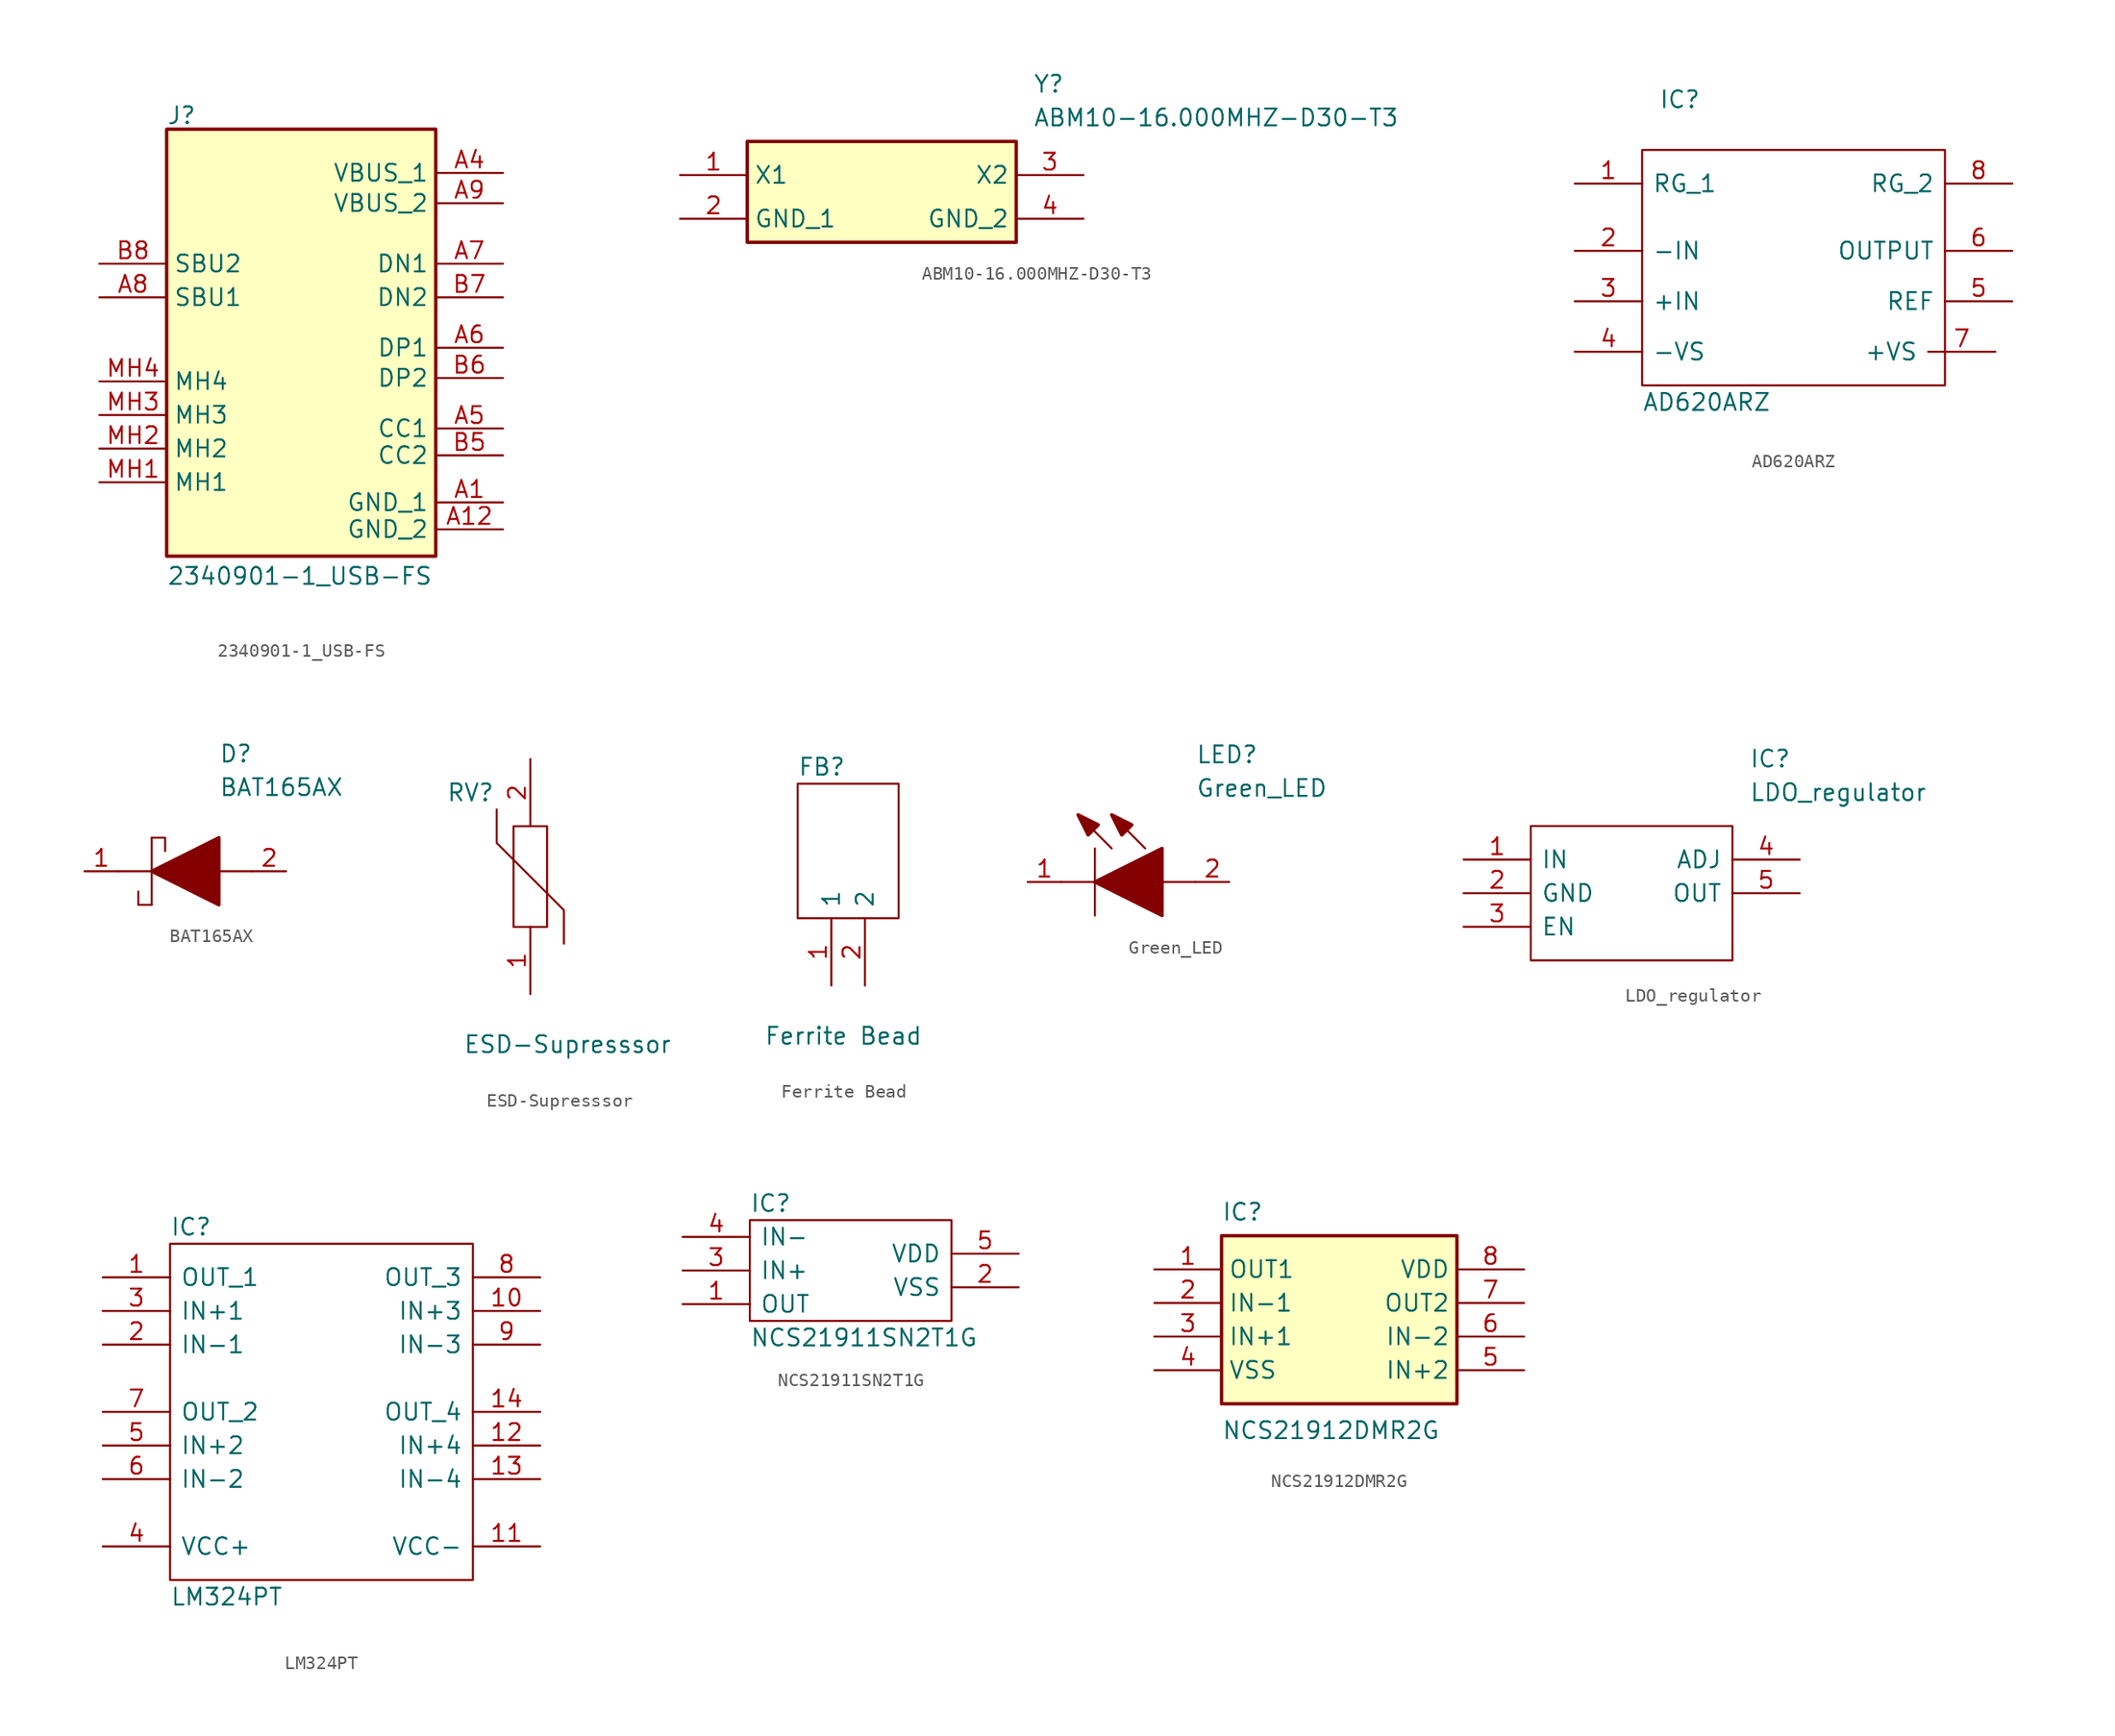
<source format=kicad_sym>
(kicad_symbol_lib
  (version 20220914)
  (generator kicad_symbol_editor)
  (symbol "2340901-1_USB-FS"
    (property "Reference" "J"
      (at 5.08 13.716 0)
      (effects (font (size 1.27 1.27)) (justify left top)))
    (property "Value" "2340901-1_USB-FS"
      (at 5.08 -21.082 0)
      (effects (font (size 1.27 1.27)) (justify left top)))
    (symbol "2340901-1_USB-FS_1_1"
      (rectangle (start 5.08 11.938) (end 25.4 -20.32) (stroke (width 0.254) (type default)) (fill (type background)))
      (pin passive line (at 30.48 -16.256 180) (length 5.08) (name "GND_1" (effects (font (size 1.27 1.27)))) (number "A1" (effects (font (size 1.27 1.27)))))
      (pin passive line (at 30.48 -18.288 180) (length 5.08) (name "GND_2" (effects (font (size 1.27 1.27)))) (number "A12" (effects (font (size 1.27 1.27)))))
      (pin passive line (at 30.48 8.636 180) (length 5.08) (name "VBUS_1" (effects (font (size 1.27 1.27)))) (number "A4" (effects (font (size 1.27 1.27)))))
      (pin passive line (at 30.48 -10.668 180) (length 5.08) (name "CC1" (effects (font (size 1.27 1.27)))) (number "A5" (effects (font (size 1.27 1.27)))))
      (pin passive line (at 30.48 -4.572 180) (length 5.08) (name "DP1" (effects (font (size 1.27 1.27)))) (number "A6" (effects (font (size 1.27 1.27)))))
      (pin passive line (at 30.48 1.778 180) (length 5.08) (name "DN1" (effects (font (size 1.27 1.27)))) (number "A7" (effects (font (size 1.27 1.27)))))
      (pin passive line (at 0 -0.762 0) (length 5.08) (name "SBU1" (effects (font (size 1.27 1.27)))) (number "A8" (effects (font (size 1.27 1.27)))))
      (pin passive line (at 30.48 6.35 180) (length 5.08) (name "VBUS_2" (effects (font (size 1.27 1.27)))) (number "A9" (effects (font (size 1.27 1.27)))))
      (pin passive line (at 30.48 -12.7 180) (length 5.08) (name "CC2" (effects (font (size 1.27 1.27)))) (number "B5" (effects (font (size 1.27 1.27)))))
      (pin passive line (at 30.48 -6.858 180) (length 5.08) (name "DP2" (effects (font (size 1.27 1.27)))) (number "B6" (effects (font (size 1.27 1.27)))))
      (pin passive line (at 30.48 -0.762 180) (length 5.08) (name "DN2" (effects (font (size 1.27 1.27)))) (number "B7" (effects (font (size 1.27 1.27)))))
      (pin passive line (at 0 1.778 0) (length 5.08) (name "SBU2" (effects (font (size 1.27 1.27)))) (number "B8" (effects (font (size 1.27 1.27)))))
      (pin passive line (at 0 -14.732 0) (length 5.08) (name "MH1" (effects (font (size 1.27 1.27)))) (number "MH1" (effects (font (size 1.27 1.27)))))
      (pin passive line (at 0 -12.192 0) (length 5.08) (name "MH2" (effects (font (size 1.27 1.27)))) (number "MH2" (effects (font (size 1.27 1.27)))))
      (pin passive line (at 0 -9.652 0) (length 5.08) (name "MH3" (effects (font (size 1.27 1.27)))) (number "MH3" (effects (font (size 1.27 1.27)))))
      (pin passive line (at 0 -7.112 0) (length 5.08) (name "MH4" (effects (font (size 1.27 1.27)))) (number "MH4" (effects (font (size 1.27 1.27)))))))
  (symbol "ABM10-16.000MHZ-D30-T3"
    (property "Reference" "Y"
      (at 26.67 7.62 0)
      (effects (font (size 1.27 1.27)) (justify left top)))
    (property "Value" "ABM10-16.000MHZ-D30-T3"
      (at 26.67 5.08 0)
      (effects (font (size 1.27 1.27)) (justify left top)))
    (symbol "ABM10-16.000MHZ-D30-T3_1_1"
      (rectangle (start 5.08 2.54) (end 25.4 -5.08) (stroke (width 0.254) (type default)) (fill (type background)))
      (pin passive line (at 0 0 0) (length 5.08) (name "X1" (effects (font (size 1.27 1.27)))) (number "1" (effects (font (size 1.27 1.27)))))
      (pin passive line (at 0 -3.302 0) (length 5.08) (name "GND_1" (effects (font (size 1.27 1.27)))) (number "2" (effects (font (size 1.27 1.27)))))
      (pin passive line (at 30.48 0 180) (length 5.08) (name "X2" (effects (font (size 1.27 1.27)))) (number "3" (effects (font (size 1.27 1.27)))))
      (pin passive line (at 30.48 -3.302 180) (length 5.08) (name "GND_2" (effects (font (size 1.27 1.27)))) (number "4" (effects (font (size 1.27 1.27)))))))
  (symbol "AD620ARZ"
    (pin_names
      (offset 0.762))
    (property "Reference" "IC"
      (at 6.35 11.43 0)
      (effects (font (size 1.27 1.27)) (justify left)))
    (property "Value" "AD620ARZ"
      (at 5.08 -11.43 0)
      (effects (font (size 1.27 1.27)) (justify left)))
    (symbol "AD620ARZ_0_0"
      (pin passive line (at 0 5.08 0) (length 5.08) (name "RG_1" (effects (font (size 1.27 1.27)))) (number "1" (effects (font (size 1.27 1.27)))))
      (pin passive line (at 0 0 0) (length 5.08) (name "-IN" (effects (font (size 1.27 1.27)))) (number "2" (effects (font (size 1.27 1.27)))))
      (pin passive line (at 0 -3.81 0) (length 5.08) (name "+IN" (effects (font (size 1.27 1.27)))) (number "3" (effects (font (size 1.27 1.27)))))
      (pin passive line (at 0 -7.62 0) (length 5.08) (name "-VS" (effects (font (size 1.27 1.27)))) (number "4" (effects (font (size 1.27 1.27)))))
      (pin passive line (at 33.02 -3.81 180) (length 5.08) (name "REF" (effects (font (size 1.27 1.27)))) (number "5" (effects (font (size 1.27 1.27)))))
      (pin passive line (at 33.02 0 180) (length 5.08) (name "OUTPUT" (effects (font (size 1.27 1.27)))) (number "6" (effects (font (size 1.27 1.27)))))
      (pin passive line (at 31.75 -7.62 180) (length 5.08) (name "+VS" (effects (font (size 1.27 1.27)))) (number "7" (effects (font (size 1.27 1.27)))))
      (pin passive line (at 33.02 5.08 180) (length 5.08) (name "RG_2" (effects (font (size 1.27 1.27)))) (number "8" (effects (font (size 1.27 1.27))))))
    (symbol "AD620ARZ_0_1"
      (polyline (pts (xy 5.08 7.62) (xy 27.94 7.62) (xy 27.94 -10.16) (xy 5.08 -10.16) (xy 5.08 7.62)) (stroke (width 0.152) (type solid)) (fill (type none)))))
  (symbol "BAT165AX"
    (pin_names
      (offset 0.762))
    (property "Reference" "D"
      (at 12.7 8.89 0)
      (effects (font (size 1.27 1.27)) (justify left)))
    (property "Value" "BAT165AX"
      (at 12.7 6.35 0)
      (effects (font (size 1.27 1.27)) (justify left)))
    (symbol "BAT165AX_0_0"
      (pin passive line (at 2.54 0 0) (length 2.54) (name "~" (effects (font (size 1.27 1.27)))) (number "1" (effects (font (size 1.27 1.27)))))
      (pin passive line (at 17.78 0 180) (length 2.54) (name "~" (effects (font (size 1.27 1.27)))) (number "2" (effects (font (size 1.27 1.27))))))
    (symbol "BAT165AX_0_1"
      (polyline (pts (xy 5.08 0) (xy 7.62 0)) (stroke (width 0.152) (type solid)) (fill (type none)))
      (polyline (pts (xy 7.62 2.54) (xy 7.62 -2.54)) (stroke (width 0.152) (type solid)) (fill (type none)))
      (polyline (pts (xy 12.7 0) (xy 15.24 0)) (stroke (width 0.152) (type solid)) (fill (type none)))
      (polyline (pts (xy 7.62 -2.54) (xy 6.604 -2.54) (xy 6.604 -1.524)) (stroke (width 0.152) (type solid)) (fill (type none)))
      (polyline (pts (xy 7.62 2.54) (xy 8.636 2.54) (xy 8.636 1.524)) (stroke (width 0.152) (type solid)) (fill (type none)))
      (polyline (pts (xy 7.62 0) (xy 12.7 2.54) (xy 12.7 -2.54) (xy 7.62 0)) (stroke (width 0.254) (type solid)) (fill (type outline)))))
  (symbol "ESD-Supresssor"
    (pin_names
      (offset 0.762))
    (property "Reference" "RV"
      (at -6.35 6.35 0)
      (effects (font (size 1.27 1.27)) (justify left)))
    (property "Value" "ESD-Supresssor"
      (at -5.08 -12.7 0)
      (effects (font (size 1.27 1.27)) (justify left)))
    (symbol "ESD-Supresssor_0_0"
      (pin passive line (at 0 -8.89 90) (length 5.08) (name "~" (effects (font (size 1.27 1.27)))) (number "1" (effects (font (size 1.27 1.27)))))
      (pin passive line (at 0 8.89 270) (length 5.08) (name "~" (effects (font (size 1.27 1.27)))) (number "2" (effects (font (size 1.27 1.27))))))
    (symbol "ESD-Supresssor_0_1"
      (polyline (pts (xy 2.54 -5.08) (xy 2.54 -2.54) (xy -2.54 2.54) (xy -2.54 5.08)) (stroke (width 0.152) (type solid)) (fill (type none)))
      (polyline (pts (xy -1.27 -3.81) (xy -1.27 3.81) (xy 1.27 3.81) (xy 1.27 -3.81) (xy -1.27 -3.81)) (stroke (width 0.152) (type solid)) (fill (type none)))))
  (symbol "Ferrite Bead"
    (pin_names
      (offset 0.762))
    (property "Reference" "FB"
      (at -3.81 11.43 0)
      (effects (font (size 1.27 1.27)) (justify left)))
    (property "Value" "Ferrite Bead"
      (at -6.35 -8.89 0)
      (effects (font (size 1.27 1.27)) (justify left)))
    (symbol "Ferrite Bead_0_0"
      (pin passive line (at -1.27 -5.08 90) (length 5.08) (name "1" (effects (font (size 1.27 1.27)))) (number "1" (effects (font (size 1.27 1.27)))))
      (pin passive line (at 1.27 -5.08 90) (length 5.08) (name "2" (effects (font (size 1.27 1.27)))) (number "2" (effects (font (size 1.27 1.27))))))
    (symbol "Ferrite Bead_0_1"
      (polyline (pts (xy -3.81 0) (xy -3.81 10.16) (xy 3.81 10.16) (xy 3.81 0) (xy -3.81 0)) (stroke (width 0.152) (type solid)) (fill (type none)))))
  (symbol "Green_LED"
    (pin_names
      (offset 0.762))
    (property "Reference" "LED"
      (at 12.7 8.89 0)
      (effects (font (size 1.27 1.27)) (justify left bottom)))
    (property "Value" "Green_LED"
      (at 12.7 6.35 0)
      (effects (font (size 1.27 1.27)) (justify left bottom)))
    (symbol "Green_LED_0_0"
      (pin passive line (at 0 0 0) (length 2.54) (name "~" (effects (font (size 1.27 1.27)))) (number "1" (effects (font (size 1.27 1.27)))))
      (pin passive line (at 15.24 0 180) (length 2.54) (name "~" (effects (font (size 1.27 1.27)))) (number "2" (effects (font (size 1.27 1.27))))))
    (symbol "Green_LED_0_1"
      (polyline (pts (xy 2.54 0) (xy 5.08 0)) (stroke (width 0.152) (type solid)) (fill (type none)))
      (polyline (pts (xy 5.08 2.54) (xy 5.08 -2.54)) (stroke (width 0.152) (type solid)) (fill (type none)))
      (polyline (pts (xy 6.35 2.54) (xy 3.81 5.08)) (stroke (width 0.152) (type solid)) (fill (type none)))
      (polyline (pts (xy 8.89 2.54) (xy 6.35 5.08)) (stroke (width 0.152) (type solid)) (fill (type none)))
      (polyline (pts (xy 10.16 0) (xy 12.7 0)) (stroke (width 0.152) (type solid)) (fill (type none)))
      (polyline (pts (xy 5.08 0) (xy 10.16 2.54) (xy 10.16 -2.54) (xy 5.08 0)) (stroke (width 0.254) (type solid)) (fill (type outline)))
      (polyline (pts (xy 5.334 4.318) (xy 4.572 3.556) (xy 3.81 5.08) (xy 5.334 4.318)) (stroke (width 0.254) (type solid)) (fill (type outline)))
      (polyline (pts (xy 7.874 4.318) (xy 7.112 3.556) (xy 6.35 5.08) (xy 7.874 4.318)) (stroke (width 0.254) (type solid)) (fill (type outline)))))
  (symbol "LDO_regulator"
    (pin_names
      (offset 0.762))
    (property "Reference" "IC"
      (at 21.59 7.62 0)
      (effects (font (size 1.27 1.27)) (justify left)))
    (property "Value" "LDO_regulator"
      (at 21.59 5.08 0)
      (effects (font (size 1.27 1.27)) (justify left)))
    (symbol "LDO_regulator_0_0"
      (pin passive line (at 0 0 0) (length 5.08) (name "IN" (effects (font (size 1.27 1.27)))) (number "1" (effects (font (size 1.27 1.27)))))
      (pin passive line (at 0 -2.54 0) (length 5.08) (name "GND" (effects (font (size 1.27 1.27)))) (number "2" (effects (font (size 1.27 1.27)))))
      (pin passive line (at 0 -5.08 0) (length 5.08) (name "EN" (effects (font (size 1.27 1.27)))) (number "3" (effects (font (size 1.27 1.27)))))
      (pin passive line (at 25.4 0 180) (length 5.08) (name "ADJ" (effects (font (size 1.27 1.27)))) (number "4" (effects (font (size 1.27 1.27)))))
      (pin passive line (at 25.4 -2.54 180) (length 5.08) (name "OUT" (effects (font (size 1.27 1.27)))) (number "5" (effects (font (size 1.27 1.27))))))
    (symbol "LDO_regulator_0_1"
      (polyline (pts (xy 5.08 2.54) (xy 20.32 2.54) (xy 20.32 -7.62) (xy 5.08 -7.62) (xy 5.08 2.54)) (stroke (width 0.152) (type solid)) (fill (type none)))))
  (symbol "LM324PT"
    (pin_names
      (offset 0.762))
    (property "Reference" "IC"
      (at 5.08 3.81 0)
      (effects (font (size 1.27 1.27)) (justify left)))
    (property "Value" "LM324PT"
      (at 5.08 -24.13 0)
      (effects (font (size 1.27 1.27)) (justify left)))
    (symbol "LM324PT_0_0"
      (pin passive line (at 0 0 0) (length 5.08) (name "OUT_1" (effects (font (size 1.27 1.27)))) (number "1" (effects (font (size 1.27 1.27)))))
      (pin passive line (at 33.02 -2.54 180) (length 5.08) (name "IN+3" (effects (font (size 1.27 1.27)))) (number "10" (effects (font (size 1.27 1.27)))))
      (pin passive line (at 33.02 -20.32 180) (length 5.08) (name "VCC-" (effects (font (size 1.27 1.27)))) (number "11" (effects (font (size 1.27 1.27)))))
      (pin passive line (at 33.02 -12.7 180) (length 5.08) (name "IN+4" (effects (font (size 1.27 1.27)))) (number "12" (effects (font (size 1.27 1.27)))))
      (pin passive line (at 33.02 -15.24 180) (length 5.08) (name "IN-4" (effects (font (size 1.27 1.27)))) (number "13" (effects (font (size 1.27 1.27)))))
      (pin passive line (at 33.02 -10.16 180) (length 5.08) (name "OUT_4" (effects (font (size 1.27 1.27)))) (number "14" (effects (font (size 1.27 1.27)))))
      (pin passive line (at 0 -5.08 0) (length 5.08) (name "IN-1" (effects (font (size 1.27 1.27)))) (number "2" (effects (font (size 1.27 1.27)))))
      (pin passive line (at 0 -2.54 0) (length 5.08) (name "IN+1" (effects (font (size 1.27 1.27)))) (number "3" (effects (font (size 1.27 1.27)))))
      (pin passive line (at 0 -20.32 0) (length 5.08) (name "VCC+" (effects (font (size 1.27 1.27)))) (number "4" (effects (font (size 1.27 1.27)))))
      (pin passive line (at 0 -12.7 0) (length 5.08) (name "IN+2" (effects (font (size 1.27 1.27)))) (number "5" (effects (font (size 1.27 1.27)))))
      (pin passive line (at 0 -15.24 0) (length 5.08) (name "IN-2" (effects (font (size 1.27 1.27)))) (number "6" (effects (font (size 1.27 1.27)))))
      (pin passive line (at 0 -10.16 0) (length 5.08) (name "OUT_2" (effects (font (size 1.27 1.27)))) (number "7" (effects (font (size 1.27 1.27)))))
      (pin passive line (at 33.02 0 180) (length 5.08) (name "OUT_3" (effects (font (size 1.27 1.27)))) (number "8" (effects (font (size 1.27 1.27)))))
      (pin passive line (at 33.02 -5.08 180) (length 5.08) (name "IN-3" (effects (font (size 1.27 1.27)))) (number "9" (effects (font (size 1.27 1.27))))))
    (symbol "LM324PT_0_1"
      (polyline (pts (xy 5.08 2.54) (xy 27.94 2.54) (xy 27.94 -22.86) (xy 5.08 -22.86) (xy 5.08 2.54)) (stroke (width 0.152) (type solid)) (fill (type none)))))
  (symbol "NCS21911SN2T1G"
    (pin_names
      (offset 0.762))
    (property "Reference" "IC"
      (at 5.08 2.54 0)
      (effects (font (size 1.27 1.27)) (justify left)))
    (property "Value" "NCS21911SN2T1G"
      (at 5.08 -7.62 0)
      (effects (font (size 1.27 1.27)) (justify left)))
    (symbol "NCS21911SN2T1G_0_0"
      (pin passive line (at 0 -5.08 0) (length 5.08) (name "OUT" (effects (font (size 1.27 1.27)))) (number "1" (effects (font (size 1.27 1.27)))))
      (pin passive line (at 25.4 -3.81 180) (length 5.08) (name "VSS" (effects (font (size 1.27 1.27)))) (number "2" (effects (font (size 1.27 1.27)))))
      (pin passive line (at 0 -2.54 0) (length 5.08) (name "IN+" (effects (font (size 1.27 1.27)))) (number "3" (effects (font (size 1.27 1.27)))))
      (pin passive line (at 0 0 0) (length 5.08) (name "IN-" (effects (font (size 1.27 1.27)))) (number "4" (effects (font (size 1.27 1.27)))))
      (pin passive line (at 25.4 -1.27 180) (length 5.08) (name "VDD" (effects (font (size 1.27 1.27)))) (number "5" (effects (font (size 1.27 1.27))))))
    (symbol "NCS21911SN2T1G_0_1"
      (polyline (pts (xy 5.08 1.27) (xy 20.32 1.27) (xy 20.32 -6.35) (xy 5.08 -6.35) (xy 5.08 1.27)) (stroke (width 0.152) (type solid)) (fill (type none)))))
  (symbol "NCS21912DMR2G"
    (property "Reference" "IC"
      (at 5.08 5.08 0)
      (effects (font (size 1.27 1.27)) (justify left top)))
    (property "Value" "NCS21912DMR2G"
      (at 5.08 -11.43 0)
      (effects (font (size 1.27 1.27)) (justify left top)))
    (symbol "NCS21912DMR2G_1_1"
      (rectangle (start 5.08 2.54) (end 22.86 -10.16) (stroke (width 0.254) (type default)) (fill (type background)))
      (pin output line (at 0 0 0) (length 5.08) (name "OUT1" (effects (font (size 1.27 1.27)))) (number "1" (effects (font (size 1.27 1.27)))))
      (pin input line (at 0 -2.54 0) (length 5.08) (name "IN-1" (effects (font (size 1.27 1.27)))) (number "2" (effects (font (size 1.27 1.27)))))
      (pin input line (at 0 -5.08 0) (length 5.08) (name "IN+1" (effects (font (size 1.27 1.27)))) (number "3" (effects (font (size 1.27 1.27)))))
      (pin power_in line (at 0 -7.62 0) (length 5.08) (name "VSS" (effects (font (size 1.27 1.27)))) (number "4" (effects (font (size 1.27 1.27)))))
      (pin input line (at 27.94 -7.62 180) (length 5.08) (name "IN+2" (effects (font (size 1.27 1.27)))) (number "5" (effects (font (size 1.27 1.27)))))
      (pin input line (at 27.94 -5.08 180) (length 5.08) (name "IN-2" (effects (font (size 1.27 1.27)))) (number "6" (effects (font (size 1.27 1.27)))))
      (pin output line (at 27.94 -2.54 180) (length 5.08) (name "OUT2" (effects (font (size 1.27 1.27)))) (number "7" (effects (font (size 1.27 1.27)))))
      (pin passive line (at 27.94 0 180) (length 5.08) (name "VDD" (effects (font (size 1.27 1.27)))) (number "8" (effects (font (size 1.27 1.27))))))))
</source>
